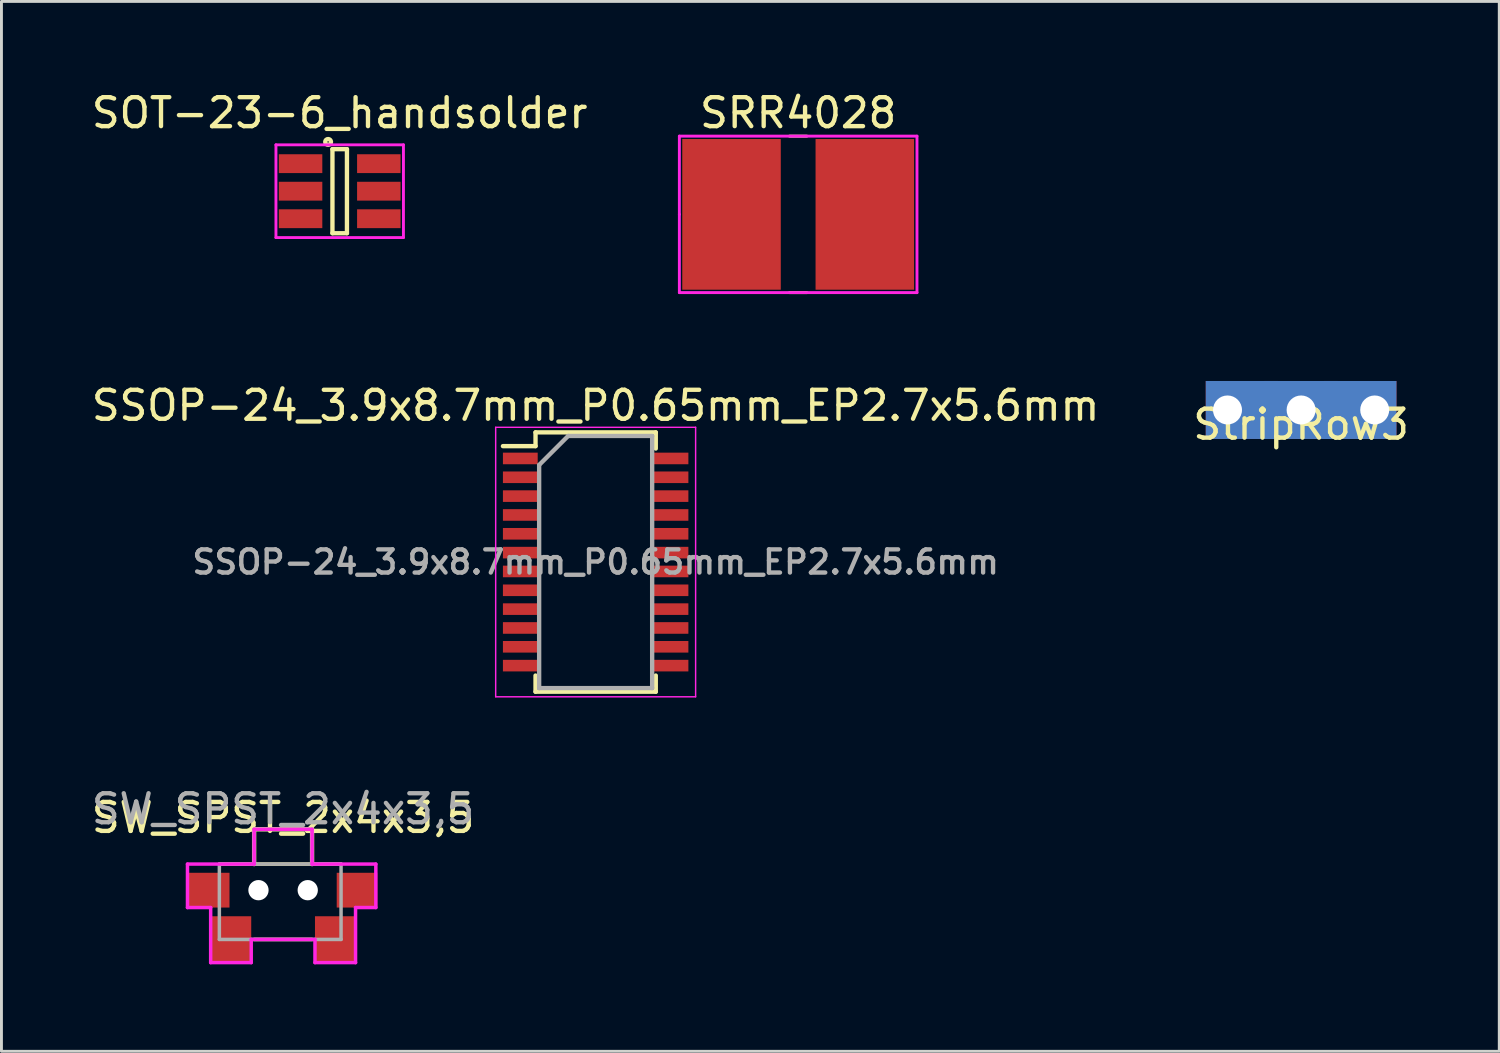
<source format=kicad_pcb>
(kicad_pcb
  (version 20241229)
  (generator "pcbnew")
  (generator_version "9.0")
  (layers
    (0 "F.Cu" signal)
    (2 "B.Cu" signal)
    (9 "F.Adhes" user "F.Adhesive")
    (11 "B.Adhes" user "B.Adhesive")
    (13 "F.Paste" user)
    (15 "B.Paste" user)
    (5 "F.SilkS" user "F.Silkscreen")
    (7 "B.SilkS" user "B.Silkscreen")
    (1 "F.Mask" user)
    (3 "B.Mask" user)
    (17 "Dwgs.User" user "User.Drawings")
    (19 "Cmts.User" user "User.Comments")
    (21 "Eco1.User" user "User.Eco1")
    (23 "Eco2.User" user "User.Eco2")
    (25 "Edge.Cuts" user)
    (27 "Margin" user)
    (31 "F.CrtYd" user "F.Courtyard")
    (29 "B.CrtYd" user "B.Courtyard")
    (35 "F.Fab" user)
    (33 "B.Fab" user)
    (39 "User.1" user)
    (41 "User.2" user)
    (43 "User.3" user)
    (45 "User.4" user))
  (footprint "SW_SPST_2x4x3,5"
    (layer "F.Cu")
    (at 6.72 27.67)
    (property "Reference" "SW_SPST_2x4x3,5" (at 0 -2.5 0) (layer "F.SilkS") (effects (font (size 1 1) (thickness 0.15))))
    (attr smd)
    (fp_line (start -2.2 -0.9) (end 2 -0.9) (stroke (width 0.12) (type solid)) (layer "F.SilkS"))
    (fp_line (start -1 -2.1) (end 1 -2.1) (stroke (width 0.15) (type solid)) (layer "F.SilkS"))
    (fp_line (start -1 -0.9) (end -1 -2.1) (stroke (width 0.15) (type solid)) (layer "F.SilkS"))
    (fp_line (start 1 -2.1) (end 1 -0.9) (stroke (width 0.15) (type solid)) (layer "F.SilkS"))
    (fp_line (start 1 1.7) (end -1 1.7) (stroke (width 0.12) (type solid)) (layer "F.SilkS"))
    (fp_line (start -3.3 -0.9) (end -3.3 0.6) (stroke (width 0.12) (type solid)) (layer "F.CrtYd"))
    (fp_line (start -3.3 0.6) (end -2.5 0.6) (stroke (width 0.12) (type solid)) (layer "F.CrtYd"))
    (fp_line (start -2.5 0.6) (end -2.5 2.5) (stroke (width 0.12) (type solid)) (layer "F.CrtYd"))
    (fp_line (start -2.5 2.5) (end -1.1 2.5) (stroke (width 0.12) (type solid)) (layer "F.CrtYd"))
    (fp_line (start -1.1 1.7) (end 1.1 1.7) (stroke (width 0.12) (type solid)) (layer "F.CrtYd"))
    (fp_line (start -1.1 2.5) (end -1.1 1.7) (stroke (width 0.12) (type solid)) (layer "F.CrtYd"))
    (fp_line (start -1 -2.1) (end -1 -0.9) (stroke (width 0.12) (type solid)) (layer "F.CrtYd"))
    (fp_line (start -1 -0.9) (end -3.3 -0.9) (stroke (width 0.12) (type solid)) (layer "F.CrtYd"))
    (fp_line (start 1 -2.1) (end -1 -2.1) (stroke (width 0.12) (type solid)) (layer "F.CrtYd"))
    (fp_line (start 1 -0.9) (end 1 -2.1) (stroke (width 0.12) (type solid)) (layer "F.CrtYd"))
    (fp_line (start 1.1 1.7) (end 1.1 2.5) (stroke (width 0.12) (type solid)) (layer "F.CrtYd"))
    (fp_line (start 1.1 2.5) (end 2.5 2.5) (stroke (width 0.12) (type solid)) (layer "F.CrtYd"))
    (fp_line (start 2.5 0.6) (end 3.2 0.6) (stroke (width 0.12) (type solid)) (layer "F.CrtYd"))
    (fp_line (start 2.5 2.5) (end 2.5 0.6) (stroke (width 0.12) (type solid)) (layer "F.CrtYd"))
    (fp_line (start 3.2 -0.9) (end 1 -0.9) (stroke (width 0.12) (type solid)) (layer "F.CrtYd"))
    (fp_line (start 3.2 0.6) (end 3.2 -0.9) (stroke (width 0.12) (type solid)) (layer "F.CrtYd"))
    (fp_line (start -2.2 -0.9) (end 2 -0.9) (stroke (width 0.12) (type solid)) (layer "F.Fab"))
    (fp_line (start -2.2 1.7) (end -2.2 -0.9) (stroke (width 0.12) (type solid)) (layer "F.Fab"))
    (fp_line (start -1 -2.1) (end 1 -2.1) (stroke (width 0.12) (type solid)) (layer "F.Fab"))
    (fp_line (start -1 -0.9) (end -1 -2.1) (stroke (width 0.12) (type solid)) (layer "F.Fab"))
    (fp_line (start 1 -2.1) (end 1 -0.9) (stroke (width 0.12) (type solid)) (layer "F.Fab"))
    (fp_line (start 2 -0.9) (end 2 1.7) (stroke (width 0.12) (type solid)) (layer "F.Fab"))
    (fp_line (start 2 1.7) (end -2.2 1.7) (stroke (width 0.12) (type solid)) (layer "F.Fab"))
    (fp_text user "${REFERENCE}" (at 0 -2.8 0) (layer "F.Fab") (effects (font (size 1 1) (thickness 0.15))))
    (pad "" np_thru_hole circle (at -0.85 0) (size 0.7 0.7) (drill 0.7) (layers "*.Cu" "*.Mask"))
    (pad "" np_thru_hole circle (at 0.85 0) (size 0.7 0.7) (drill 0.7) (layers "*.Cu" "*.Mask"))
    (pad "1" smd rect (at -1.8 1.7) (size 1.4 1.6) (layers "F.Cu" "F.Mask" "F.Paste"))
    (pad "2" smd rect (at 1.8 1.7) (size 1.4 1.6) (layers "F.Cu" "F.Mask" "F.Paste"))
    (pad "MP" smd rect (at -2.55 0) (size 1.4 1.2) (layers "F.Cu" "F.Mask" "F.Paste"))
    (pad "MP" smd rect (at 2.55 0) (size 1.4 1.2) (layers "F.Cu" "F.Mask" "F.Paste")))
  (footprint "StripRow3"
    (layer "F.Cu")
    (at 41.851 11.098)
    (property "Reference" "StripRow3" (at 0 0.5 0) (layer "F.SilkS") (effects (font (size 1 1) (thickness 0.15))))
    (attr through_hole)
    (pad "1" thru_hole rect (at -2.54 0) (size 2.5 2) (drill 1 (offset 0.5 0)) (layers "*.Cu" "*.Mask"))
    (pad "1" thru_hole rect (at 0 0) (size 2.54 2) (drill 1) (layers "*.Cu" "*.Mask"))
    (pad "1" thru_hole rect (at 2.54 0) (size 2.5 2) (drill 1 (offset -0.5 0)) (layers "*.Cu" "*.Mask")))
  (footprint "SSOP-24_3.9x8.7mm_P0.65mm_EP2.7x5.6mm"
    (layer "F.Cu")
    (at 17.506 16.346)
    (property "Reference" "SSOP-24_3.9x8.7mm_P0.65mm_EP2.7x5.6mm" (at 0 -5.4 0) (layer "F.SilkS") (effects (font (size 1 1) (thickness 0.15))))
    (attr smd)
    (fp_line (start -2.075 -4.475) (end -2.075 -4) (stroke (width 0.15) (type solid)) (layer "F.SilkS"))
    (fp_line (start -2.075 -4.475) (end 2.075 -4.475) (stroke (width 0.15) (type solid)) (layer "F.SilkS"))
    (fp_line (start -2.075 -4) (end -3.2 -4) (stroke (width 0.15) (type solid)) (layer "F.SilkS"))
    (fp_line (start -2.075 4.475) (end -2.075 3.917) (stroke (width 0.15) (type solid)) (layer "F.SilkS"))
    (fp_line (start -2.075 4.475) (end 2.075 4.475) (stroke (width 0.15) (type solid)) (layer "F.SilkS"))
    (fp_line (start 2.075 -4.475) (end 2.075 -3.917) (stroke (width 0.15) (type solid)) (layer "F.SilkS"))
    (fp_line (start 2.075 4.475) (end 2.075 3.917) (stroke (width 0.15) (type solid)) (layer "F.SilkS"))
    (fp_line (start -3.45 -4.65) (end -3.45 4.65) (stroke (width 0.05) (type solid)) (layer "F.CrtYd"))
    (fp_line (start -3.45 -4.65) (end 3.45 -4.65) (stroke (width 0.05) (type solid)) (layer "F.CrtYd"))
    (fp_line (start -3.45 4.65) (end 3.45 4.65) (stroke (width 0.05) (type solid)) (layer "F.CrtYd"))
    (fp_line (start 3.45 -4.65) (end 3.45 4.65) (stroke (width 0.05) (type solid)) (layer "F.CrtYd"))
    (fp_line (start -1.95 -3.35) (end -0.95 -4.35) (stroke (width 0.15) (type solid)) (layer "F.Fab"))
    (fp_line (start -1.95 4.35) (end -1.95 -3.35) (stroke (width 0.15) (type solid)) (layer "F.Fab"))
    (fp_line (start -0.95 -4.35) (end 1.95 -4.35) (stroke (width 0.15) (type solid)) (layer "F.Fab"))
    (fp_line (start 1.95 -4.35) (end 1.95 4.35) (stroke (width 0.15) (type solid)) (layer "F.Fab"))
    (fp_line (start 1.95 4.35) (end -1.95 4.35) (stroke (width 0.15) (type solid)) (layer "F.Fab"))
    (fp_text user "${REFERENCE}" (at 0 0 0) (layer "F.Fab") (effects (font (size 0.8 0.8) (thickness 0.15))))
    (pad "1" smd rect (at -2.6 -3.575) (size 1.2 0.4) (layers "F.Cu" "F.Mask" "F.Paste"))
    (pad "2" smd rect (at -2.6 -2.925) (size 1.2 0.4) (layers "F.Cu" "F.Mask" "F.Paste"))
    (pad "3" smd rect (at -2.6 -2.275) (size 1.2 0.4) (layers "F.Cu" "F.Mask" "F.Paste"))
    (pad "4" smd rect (at -2.6 -1.625) (size 1.2 0.4) (layers "F.Cu" "F.Mask" "F.Paste"))
    (pad "5" smd rect (at -2.6 -0.975) (size 1.2 0.4) (layers "F.Cu" "F.Mask" "F.Paste"))
    (pad "6" smd rect (at -2.6 -0.325) (size 1.2 0.4) (layers "F.Cu" "F.Mask" "F.Paste"))
    (pad "7" smd rect (at -2.6 0.325) (size 1.2 0.4) (layers "F.Cu" "F.Mask" "F.Paste"))
    (pad "8" smd rect (at -2.6 0.975) (size 1.2 0.4) (layers "F.Cu" "F.Mask" "F.Paste"))
    (pad "9" smd rect (at -2.6 1.625) (size 1.2 0.4) (layers "F.Cu" "F.Mask" "F.Paste"))
    (pad "10" smd rect (at -2.6 2.275) (size 1.2 0.4) (layers "F.Cu" "F.Mask" "F.Paste"))
    (pad "11" smd rect (at -2.6 2.925) (size 1.2 0.4) (layers "F.Cu" "F.Mask" "F.Paste"))
    (pad "12" smd rect (at -2.6 3.575) (size 1.2 0.4) (layers "F.Cu" "F.Mask" "F.Paste"))
    (pad "13" smd rect (at 2.6 3.575) (size 1.2 0.4) (layers "F.Cu" "F.Mask" "F.Paste"))
    (pad "14" smd rect (at 2.6 2.925) (size 1.2 0.4) (layers "F.Cu" "F.Mask" "F.Paste"))
    (pad "15" smd rect (at 2.6 2.275) (size 1.2 0.4) (layers "F.Cu" "F.Mask" "F.Paste"))
    (pad "16" smd rect (at 2.6 1.625) (size 1.2 0.4) (layers "F.Cu" "F.Mask" "F.Paste"))
    (pad "17" smd rect (at 2.6 0.975) (size 1.2 0.4) (layers "F.Cu" "F.Mask" "F.Paste"))
    (pad "18" smd rect (at 2.6 0.325) (size 1.2 0.4) (layers "F.Cu" "F.Mask" "F.Paste"))
    (pad "19" smd rect (at 2.6 -0.325) (size 1.2 0.4) (layers "F.Cu" "F.Mask" "F.Paste"))
    (pad "20" smd rect (at 2.6 -0.975) (size 1.2 0.4) (layers "F.Cu" "F.Mask" "F.Paste"))
    (pad "21" smd rect (at 2.6 -1.625) (size 1.2 0.4) (layers "F.Cu" "F.Mask" "F.Paste"))
    (pad "22" smd rect (at 2.6 -2.275) (size 1.2 0.4) (layers "F.Cu" "F.Mask" "F.Paste"))
    (pad "23" smd rect (at 2.6 -2.925) (size 1.2 0.4) (layers "F.Cu" "F.Mask" "F.Paste"))
    (pad "24" smd rect (at 2.6 -3.575) (size 1.2 0.4) (layers "F.Cu" "F.Mask" "F.Paste")))
  (footprint "SOT-23-6_handsolder"
    (layer "F.Cu")
    (at 8.673 3.548)
    (property "Reference" "SOT-23-6_handsolder" (at 0 -2.7 180) (layer "F.SilkS") (effects (font (size 1 1) (thickness 0.15))))
    (attr smd)
    (fp_line (start -0.25 -1.45) (end -0.25 1.45) (stroke (width 0.15) (type solid)) (layer "F.SilkS"))
    (fp_line (start -0.25 1.45) (end 0.25 1.45) (stroke (width 0.15) (type solid)) (layer "F.SilkS"))
    (fp_line (start 0.25 -1.45) (end -0.25 -1.45) (stroke (width 0.15) (type solid)) (layer "F.SilkS"))
    (fp_line (start 0.25 1.45) (end 0.25 -1.45) (stroke (width 0.15) (type solid)) (layer "F.SilkS"))
    (fp_circle (center -0.4 -1.7) (end -0.3 -1.7) (stroke (width 0.15) (type solid)) (fill no) (layer "F.SilkS"))
    (fp_line (start -2.2 -1.6) (end 2.2 -1.6) (stroke (width 0.1) (type solid)) (layer "F.CrtYd"))
    (fp_line (start -2.2 1.6) (end -2.2 -1.6) (stroke (width 0.1) (type solid)) (layer "F.CrtYd"))
    (fp_line (start 2.2 -1.6) (end 2.2 1.6) (stroke (width 0.1) (type solid)) (layer "F.CrtYd"))
    (fp_line (start 2.2 1.6) (end -2.2 1.6) (stroke (width 0.1) (type solid)) (layer "F.CrtYd"))
    (pad "1" smd rect (at -1.35 -0.95) (size 1.5 0.65) (layers "F.Cu" "F.Mask" "F.Paste"))
    (pad "2" smd rect (at -1.35 0) (size 1.5 0.65) (layers "F.Cu" "F.Mask" "F.Paste"))
    (pad "3" smd rect (at -1.35 0.95) (size 1.5 0.65) (layers "F.Cu" "F.Mask" "F.Paste"))
    (pad "4" smd rect (at 1.35 0.95) (size 1.5 0.65) (layers "F.Cu" "F.Mask" "F.Paste"))
    (pad "5" smd rect (at 1.35 0) (size 1.5 0.65) (layers "F.Cu" "F.Mask" "F.Paste"))
    (pad "6" smd rect (at 1.35 -0.95) (size 1.5 0.65) (layers "F.Cu" "F.Mask" "F.Paste")))
  (footprint "SRR4028"
    (layer "F.Cu")
    (at 24.495 4.348)
    (property "Reference" "SRR4028" (at 0 -3.5 0) (layer "F.SilkS") (effects (font (size 1 1) (thickness 0.15))))
    (attr through_hole)
    (fp_line (start -0.3 -2.7) (end 0.3 -2.7) (stroke (width 0.1) (type solid)) (layer "F.SilkS"))
    (fp_line (start -0.3 2.7) (end 0.3 2.7) (stroke (width 0.1) (type solid)) (layer "F.SilkS"))
    (fp_line (start -4.1 -2.7) (end 4.1 -2.7) (stroke (width 0.1) (type solid)) (layer "F.CrtYd"))
    (fp_line (start -4.1 0) (end -4.1 -2.7) (stroke (width 0.1) (type solid)) (layer "F.CrtYd"))
    (fp_line (start -4.1 2.7) (end -4.1 0) (stroke (width 0.1) (type solid)) (layer "F.CrtYd"))
    (fp_line (start 4.1 -2.7) (end 4.1 2.7) (stroke (width 0.1) (type solid)) (layer "F.CrtYd"))
    (fp_line (start 4.1 2.7) (end -4.1 2.7) (stroke (width 0.1) (type solid)) (layer "F.CrtYd"))
    (pad "1" smd rect (at -2.3 0) (size 3.4 5.2) (layers "F.Cu" "F.Mask" "F.Paste"))
    (pad "2" smd rect (at 2.3 0) (size 3.4 5.2) (layers "F.Cu" "F.Mask" "F.Paste")))
  (gr_rect
    (start -3 -3)
    (end 48.69 33.23)
    (stroke (width 0.1) (type default))
    (fill no)
    (layer "Edge.Cuts")))
</source>
